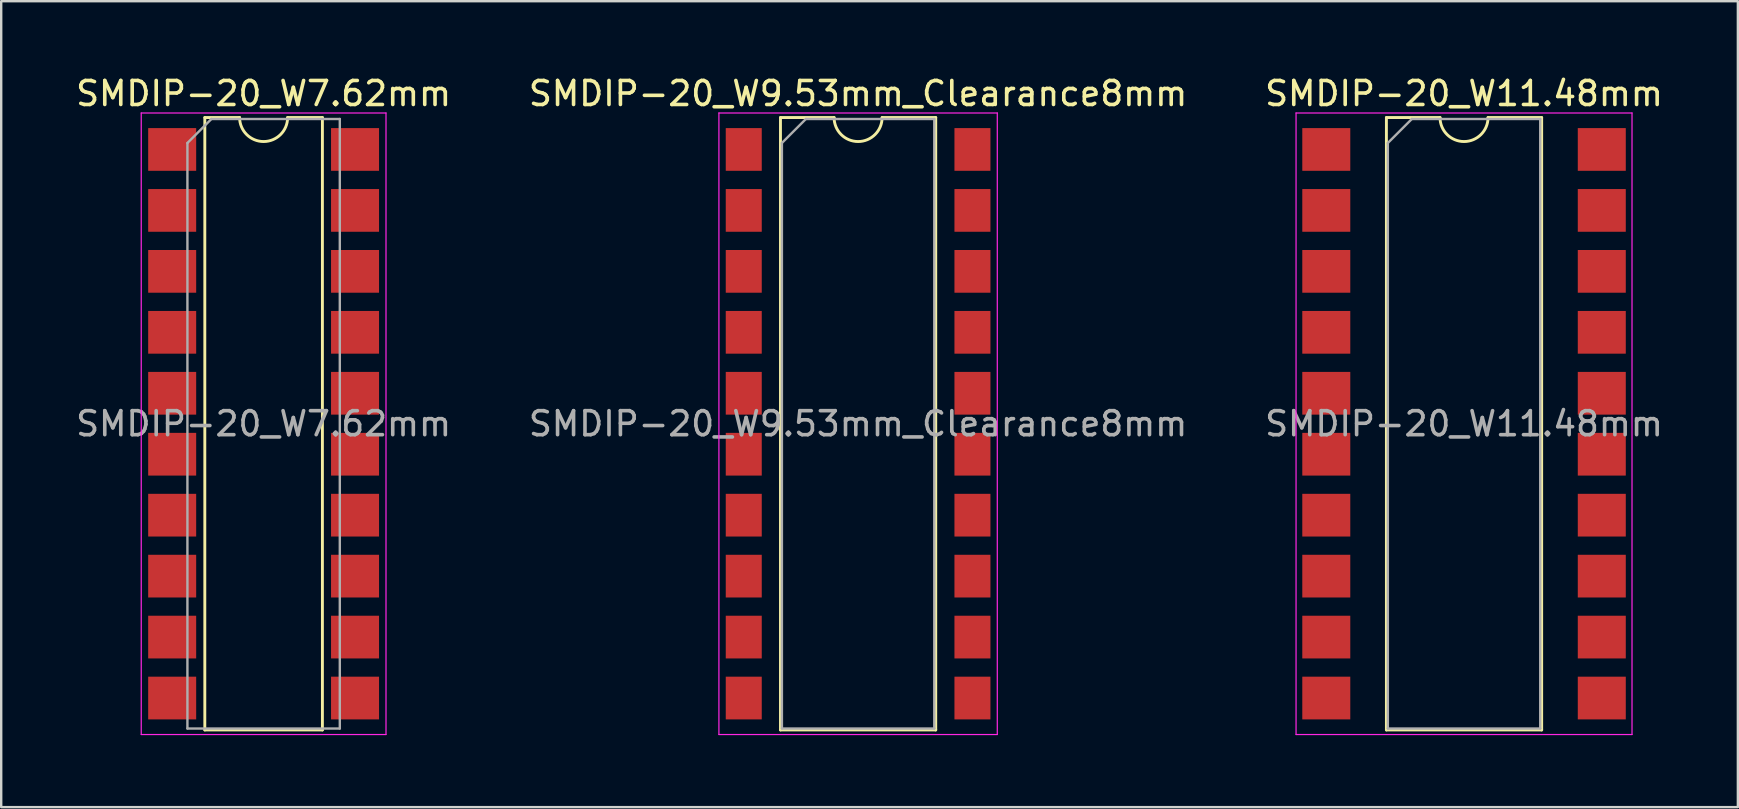
<source format=kicad_pcb>
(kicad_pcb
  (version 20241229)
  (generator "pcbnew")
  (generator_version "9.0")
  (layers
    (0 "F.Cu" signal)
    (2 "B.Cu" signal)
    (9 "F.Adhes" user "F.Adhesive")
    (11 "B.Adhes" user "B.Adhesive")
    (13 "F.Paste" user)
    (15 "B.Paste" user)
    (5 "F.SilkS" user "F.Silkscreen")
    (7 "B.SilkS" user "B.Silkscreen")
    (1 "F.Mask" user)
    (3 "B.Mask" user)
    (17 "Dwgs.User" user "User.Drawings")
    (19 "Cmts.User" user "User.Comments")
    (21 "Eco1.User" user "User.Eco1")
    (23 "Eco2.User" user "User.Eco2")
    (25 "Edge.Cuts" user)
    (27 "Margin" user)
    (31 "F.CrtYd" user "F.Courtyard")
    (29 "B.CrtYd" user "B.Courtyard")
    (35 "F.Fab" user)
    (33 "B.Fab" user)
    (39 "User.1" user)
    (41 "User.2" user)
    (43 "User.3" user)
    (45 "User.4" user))
  (footprint "SMDIP-20_W7.62mm"
    (layer "F.Cu")
    (at 7.935 14.608)
    (property "Reference" "SMDIP-20_W7.62mm" (at 0 -13.76 0) (layer "F.SilkS") (effects (font (size 1 1) (thickness 0.15))))
    (attr smd)
    (fp_line (start -2.45 -12.76) (end -2.45 12.76) (stroke (width 0.12) (type solid)) (layer "F.SilkS"))
    (fp_line (start -2.45 12.76) (end 2.45 12.76) (stroke (width 0.12) (type solid)) (layer "F.SilkS"))
    (fp_line (start -1 -12.76) (end -2.45 -12.76) (stroke (width 0.12) (type solid)) (layer "F.SilkS"))
    (fp_line (start 2.45 -12.76) (end 1 -12.76) (stroke (width 0.12) (type solid)) (layer "F.SilkS"))
    (fp_line (start 2.45 12.76) (end 2.45 -12.76) (stroke (width 0.12) (type solid)) (layer "F.SilkS"))
    (fp_arc (start 1 -12.76) (mid 0 -11.76) (end -1 -12.76) (stroke (width 0.12) (type solid)) (layer "F.SilkS"))
    (fp_line (start -5.1 -12.95) (end -5.1 12.95) (stroke (width 0.05) (type solid)) (layer "F.CrtYd"))
    (fp_line (start -5.1 12.95) (end 5.1 12.95) (stroke (width 0.05) (type solid)) (layer "F.CrtYd"))
    (fp_line (start 5.1 -12.95) (end -5.1 -12.95) (stroke (width 0.05) (type solid)) (layer "F.CrtYd"))
    (fp_line (start 5.1 12.95) (end 5.1 -12.95) (stroke (width 0.05) (type solid)) (layer "F.CrtYd"))
    (fp_line (start -3.175 -11.7) (end -2.175 -12.7) (stroke (width 0.1) (type solid)) (layer "F.Fab"))
    (fp_line (start -3.175 12.7) (end -3.175 -11.7) (stroke (width 0.1) (type solid)) (layer "F.Fab"))
    (fp_line (start -2.175 -12.7) (end 3.175 -12.7) (stroke (width 0.1) (type solid)) (layer "F.Fab"))
    (fp_line (start 3.175 -12.7) (end 3.175 12.7) (stroke (width 0.1) (type solid)) (layer "F.Fab"))
    (fp_line (start 3.175 12.7) (end -3.175 12.7) (stroke (width 0.1) (type solid)) (layer "F.Fab"))
    (fp_text user "${REFERENCE}" (at 0 0 0) (layer "F.Fab") (effects (font (size 1 1) (thickness 0.15))))
    (pad "1" smd rect (at -3.81 -11.43) (size 2 1.78) (layers "F.Cu" "F.Mask" "F.Paste"))
    (pad "2" smd rect (at -3.81 -8.89) (size 2 1.78) (layers "F.Cu" "F.Mask" "F.Paste"))
    (pad "3" smd rect (at -3.81 -6.35) (size 2 1.78) (layers "F.Cu" "F.Mask" "F.Paste"))
    (pad "4" smd rect (at -3.81 -3.81) (size 2 1.78) (layers "F.Cu" "F.Mask" "F.Paste"))
    (pad "5" smd rect (at -3.81 -1.27) (size 2 1.78) (layers "F.Cu" "F.Mask" "F.Paste"))
    (pad "6" smd rect (at -3.81 1.27) (size 2 1.78) (layers "F.Cu" "F.Mask" "F.Paste"))
    (pad "7" smd rect (at -3.81 3.81) (size 2 1.78) (layers "F.Cu" "F.Mask" "F.Paste"))
    (pad "8" smd rect (at -3.81 6.35) (size 2 1.78) (layers "F.Cu" "F.Mask" "F.Paste"))
    (pad "9" smd rect (at -3.81 8.89) (size 2 1.78) (layers "F.Cu" "F.Mask" "F.Paste"))
    (pad "10" smd rect (at -3.81 11.43) (size 2 1.78) (layers "F.Cu" "F.Mask" "F.Paste"))
    (pad "11" smd rect (at 3.81 11.43) (size 2 1.78) (layers "F.Cu" "F.Mask" "F.Paste"))
    (pad "12" smd rect (at 3.81 8.89) (size 2 1.78) (layers "F.Cu" "F.Mask" "F.Paste"))
    (pad "13" smd rect (at 3.81 6.35) (size 2 1.78) (layers "F.Cu" "F.Mask" "F.Paste"))
    (pad "14" smd rect (at 3.81 3.81) (size 2 1.78) (layers "F.Cu" "F.Mask" "F.Paste"))
    (pad "15" smd rect (at 3.81 1.27) (size 2 1.78) (layers "F.Cu" "F.Mask" "F.Paste"))
    (pad "16" smd rect (at 3.81 -1.27) (size 2 1.78) (layers "F.Cu" "F.Mask" "F.Paste"))
    (pad "17" smd rect (at 3.81 -3.81) (size 2 1.78) (layers "F.Cu" "F.Mask" "F.Paste"))
    (pad "18" smd rect (at 3.81 -6.35) (size 2 1.78) (layers "F.Cu" "F.Mask" "F.Paste"))
    (pad "19" smd rect (at 3.81 -8.89) (size 2 1.78) (layers "F.Cu" "F.Mask" "F.Paste"))
    (pad "20" smd rect (at 3.81 -11.43) (size 2 1.78) (layers "F.Cu" "F.Mask" "F.Paste")))
  (footprint "SMDIP-20_W11.48mm"
    (layer "F.Cu")
    (at 57.958 14.608)
    (property "Reference" "SMDIP-20_W11.48mm" (at 0 -13.76 0) (layer "F.SilkS") (effects (font (size 1 1) (thickness 0.15))))
    (attr smd)
    (fp_line (start -3.235 -12.76) (end -3.235 12.76) (stroke (width 0.12) (type solid)) (layer "F.SilkS"))
    (fp_line (start -3.235 12.76) (end 3.235 12.76) (stroke (width 0.12) (type solid)) (layer "F.SilkS"))
    (fp_line (start -1 -12.76) (end -3.235 -12.76) (stroke (width 0.12) (type solid)) (layer "F.SilkS"))
    (fp_line (start 3.235 -12.76) (end 1 -12.76) (stroke (width 0.12) (type solid)) (layer "F.SilkS"))
    (fp_line (start 3.235 12.76) (end 3.235 -12.76) (stroke (width 0.12) (type solid)) (layer "F.SilkS"))
    (fp_arc (start 1 -12.76) (mid 0 -11.76) (end -1 -12.76) (stroke (width 0.12) (type solid)) (layer "F.SilkS"))
    (fp_line (start -7 -12.95) (end -7 12.95) (stroke (width 0.05) (type solid)) (layer "F.CrtYd"))
    (fp_line (start -7 12.95) (end 7 12.95) (stroke (width 0.05) (type solid)) (layer "F.CrtYd"))
    (fp_line (start 7 -12.95) (end -7 -12.95) (stroke (width 0.05) (type solid)) (layer "F.CrtYd"))
    (fp_line (start 7 12.95) (end 7 -12.95) (stroke (width 0.05) (type solid)) (layer "F.CrtYd"))
    (fp_line (start -3.175 -11.7) (end -2.175 -12.7) (stroke (width 0.1) (type solid)) (layer "F.Fab"))
    (fp_line (start -3.175 12.7) (end -3.175 -11.7) (stroke (width 0.1) (type solid)) (layer "F.Fab"))
    (fp_line (start -2.175 -12.7) (end 3.175 -12.7) (stroke (width 0.1) (type solid)) (layer "F.Fab"))
    (fp_line (start 3.175 -12.7) (end 3.175 12.7) (stroke (width 0.1) (type solid)) (layer "F.Fab"))
    (fp_line (start 3.175 12.7) (end -3.175 12.7) (stroke (width 0.1) (type solid)) (layer "F.Fab"))
    (fp_text user "${REFERENCE}" (at 0 0 0) (layer "F.Fab") (effects (font (size 1 1) (thickness 0.15))))
    (pad "1" smd rect (at -5.74 -11.43) (size 2 1.78) (layers "F.Cu" "F.Mask" "F.Paste"))
    (pad "2" smd rect (at -5.74 -8.89) (size 2 1.78) (layers "F.Cu" "F.Mask" "F.Paste"))
    (pad "3" smd rect (at -5.74 -6.35) (size 2 1.78) (layers "F.Cu" "F.Mask" "F.Paste"))
    (pad "4" smd rect (at -5.74 -3.81) (size 2 1.78) (layers "F.Cu" "F.Mask" "F.Paste"))
    (pad "5" smd rect (at -5.74 -1.27) (size 2 1.78) (layers "F.Cu" "F.Mask" "F.Paste"))
    (pad "6" smd rect (at -5.74 1.27) (size 2 1.78) (layers "F.Cu" "F.Mask" "F.Paste"))
    (pad "7" smd rect (at -5.74 3.81) (size 2 1.78) (layers "F.Cu" "F.Mask" "F.Paste"))
    (pad "8" smd rect (at -5.74 6.35) (size 2 1.78) (layers "F.Cu" "F.Mask" "F.Paste"))
    (pad "9" smd rect (at -5.74 8.89) (size 2 1.78) (layers "F.Cu" "F.Mask" "F.Paste"))
    (pad "10" smd rect (at -5.74 11.43) (size 2 1.78) (layers "F.Cu" "F.Mask" "F.Paste"))
    (pad "11" smd rect (at 5.74 11.43) (size 2 1.78) (layers "F.Cu" "F.Mask" "F.Paste"))
    (pad "12" smd rect (at 5.74 8.89) (size 2 1.78) (layers "F.Cu" "F.Mask" "F.Paste"))
    (pad "13" smd rect (at 5.74 6.35) (size 2 1.78) (layers "F.Cu" "F.Mask" "F.Paste"))
    (pad "14" smd rect (at 5.74 3.81) (size 2 1.78) (layers "F.Cu" "F.Mask" "F.Paste"))
    (pad "15" smd rect (at 5.74 1.27) (size 2 1.78) (layers "F.Cu" "F.Mask" "F.Paste"))
    (pad "16" smd rect (at 5.74 -1.27) (size 2 1.78) (layers "F.Cu" "F.Mask" "F.Paste"))
    (pad "17" smd rect (at 5.74 -3.81) (size 2 1.78) (layers "F.Cu" "F.Mask" "F.Paste"))
    (pad "18" smd rect (at 5.74 -6.35) (size 2 1.78) (layers "F.Cu" "F.Mask" "F.Paste"))
    (pad "19" smd rect (at 5.74 -8.89) (size 2 1.78) (layers "F.Cu" "F.Mask" "F.Paste"))
    (pad "20" smd rect (at 5.74 -11.43) (size 2 1.78) (layers "F.Cu" "F.Mask" "F.Paste")))
  (footprint "SMDIP-20_W9.53mm_Clearance8mm"
    (layer "F.Cu")
    (at 32.708 14.608)
    (property "Reference" "SMDIP-20_W9.53mm_Clearance8mm" (at 0 -13.76 0) (layer "F.SilkS") (effects (font (size 1 1) (thickness 0.15))))
    (attr smd)
    (fp_line (start -3.235 -12.76) (end -3.235 12.76) (stroke (width 0.12) (type solid)) (layer "F.SilkS"))
    (fp_line (start -3.235 12.76) (end 3.235 12.76) (stroke (width 0.12) (type solid)) (layer "F.SilkS"))
    (fp_line (start -1 -12.76) (end -3.235 -12.76) (stroke (width 0.12) (type solid)) (layer "F.SilkS"))
    (fp_line (start 3.235 -12.76) (end 1 -12.76) (stroke (width 0.12) (type solid)) (layer "F.SilkS"))
    (fp_line (start 3.235 12.76) (end 3.235 -12.76) (stroke (width 0.12) (type solid)) (layer "F.SilkS"))
    (fp_arc (start 1 -12.76) (mid 0 -11.76) (end -1 -12.76) (stroke (width 0.12) (type solid)) (layer "F.SilkS"))
    (fp_line (start -5.8 -12.95) (end -5.8 12.95) (stroke (width 0.05) (type solid)) (layer "F.CrtYd"))
    (fp_line (start -5.8 12.95) (end 5.8 12.95) (stroke (width 0.05) (type solid)) (layer "F.CrtYd"))
    (fp_line (start 5.8 -12.95) (end -5.8 -12.95) (stroke (width 0.05) (type solid)) (layer "F.CrtYd"))
    (fp_line (start 5.8 12.95) (end 5.8 -12.95) (stroke (width 0.05) (type solid)) (layer "F.CrtYd"))
    (fp_line (start -3.175 -11.7) (end -2.175 -12.7) (stroke (width 0.1) (type solid)) (layer "F.Fab"))
    (fp_line (start -3.175 12.7) (end -3.175 -11.7) (stroke (width 0.1) (type solid)) (layer "F.Fab"))
    (fp_line (start -2.175 -12.7) (end 3.175 -12.7) (stroke (width 0.1) (type solid)) (layer "F.Fab"))
    (fp_line (start 3.175 -12.7) (end 3.175 12.7) (stroke (width 0.1) (type solid)) (layer "F.Fab"))
    (fp_line (start 3.175 12.7) (end -3.175 12.7) (stroke (width 0.1) (type solid)) (layer "F.Fab"))
    (fp_text user "${REFERENCE}" (at 0 0 0) (layer "F.Fab") (effects (font (size 1 1) (thickness 0.15))))
    (pad "1" smd rect (at -4.765 -11.43) (size 1.5 1.78) (layers "F.Cu" "F.Mask" "F.Paste"))
    (pad "2" smd rect (at -4.765 -8.89) (size 1.5 1.78) (layers "F.Cu" "F.Mask" "F.Paste"))
    (pad "3" smd rect (at -4.765 -6.35) (size 1.5 1.78) (layers "F.Cu" "F.Mask" "F.Paste"))
    (pad "4" smd rect (at -4.765 -3.81) (size 1.5 1.78) (layers "F.Cu" "F.Mask" "F.Paste"))
    (pad "5" smd rect (at -4.765 -1.27) (size 1.5 1.78) (layers "F.Cu" "F.Mask" "F.Paste"))
    (pad "6" smd rect (at -4.765 1.27) (size 1.5 1.78) (layers "F.Cu" "F.Mask" "F.Paste"))
    (pad "7" smd rect (at -4.765 3.81) (size 1.5 1.78) (layers "F.Cu" "F.Mask" "F.Paste"))
    (pad "8" smd rect (at -4.765 6.35) (size 1.5 1.78) (layers "F.Cu" "F.Mask" "F.Paste"))
    (pad "9" smd rect (at -4.765 8.89) (size 1.5 1.78) (layers "F.Cu" "F.Mask" "F.Paste"))
    (pad "10" smd rect (at -4.765 11.43) (size 1.5 1.78) (layers "F.Cu" "F.Mask" "F.Paste"))
    (pad "11" smd rect (at 4.765 11.43) (size 1.5 1.78) (layers "F.Cu" "F.Mask" "F.Paste"))
    (pad "12" smd rect (at 4.765 8.89) (size 1.5 1.78) (layers "F.Cu" "F.Mask" "F.Paste"))
    (pad "13" smd rect (at 4.765 6.35) (size 1.5 1.78) (layers "F.Cu" "F.Mask" "F.Paste"))
    (pad "14" smd rect (at 4.765 3.81) (size 1.5 1.78) (layers "F.Cu" "F.Mask" "F.Paste"))
    (pad "15" smd rect (at 4.765 1.27) (size 1.5 1.78) (layers "F.Cu" "F.Mask" "F.Paste"))
    (pad "16" smd rect (at 4.765 -1.27) (size 1.5 1.78) (layers "F.Cu" "F.Mask" "F.Paste"))
    (pad "17" smd rect (at 4.765 -3.81) (size 1.5 1.78) (layers "F.Cu" "F.Mask" "F.Paste"))
    (pad "18" smd rect (at 4.765 -6.35) (size 1.5 1.78) (layers "F.Cu" "F.Mask" "F.Paste"))
    (pad "19" smd rect (at 4.765 -8.89) (size 1.5 1.78) (layers "F.Cu" "F.Mask" "F.Paste"))
    (pad "20" smd rect (at 4.765 -11.43) (size 1.5 1.78) (layers "F.Cu" "F.Mask" "F.Paste")))
  (gr_rect
    (start -3 -3)
    (end 69.369 30.583)
    (stroke (width 0.1) (type default))
    (fill no)
    (layer "Edge.Cuts")))
</source>
